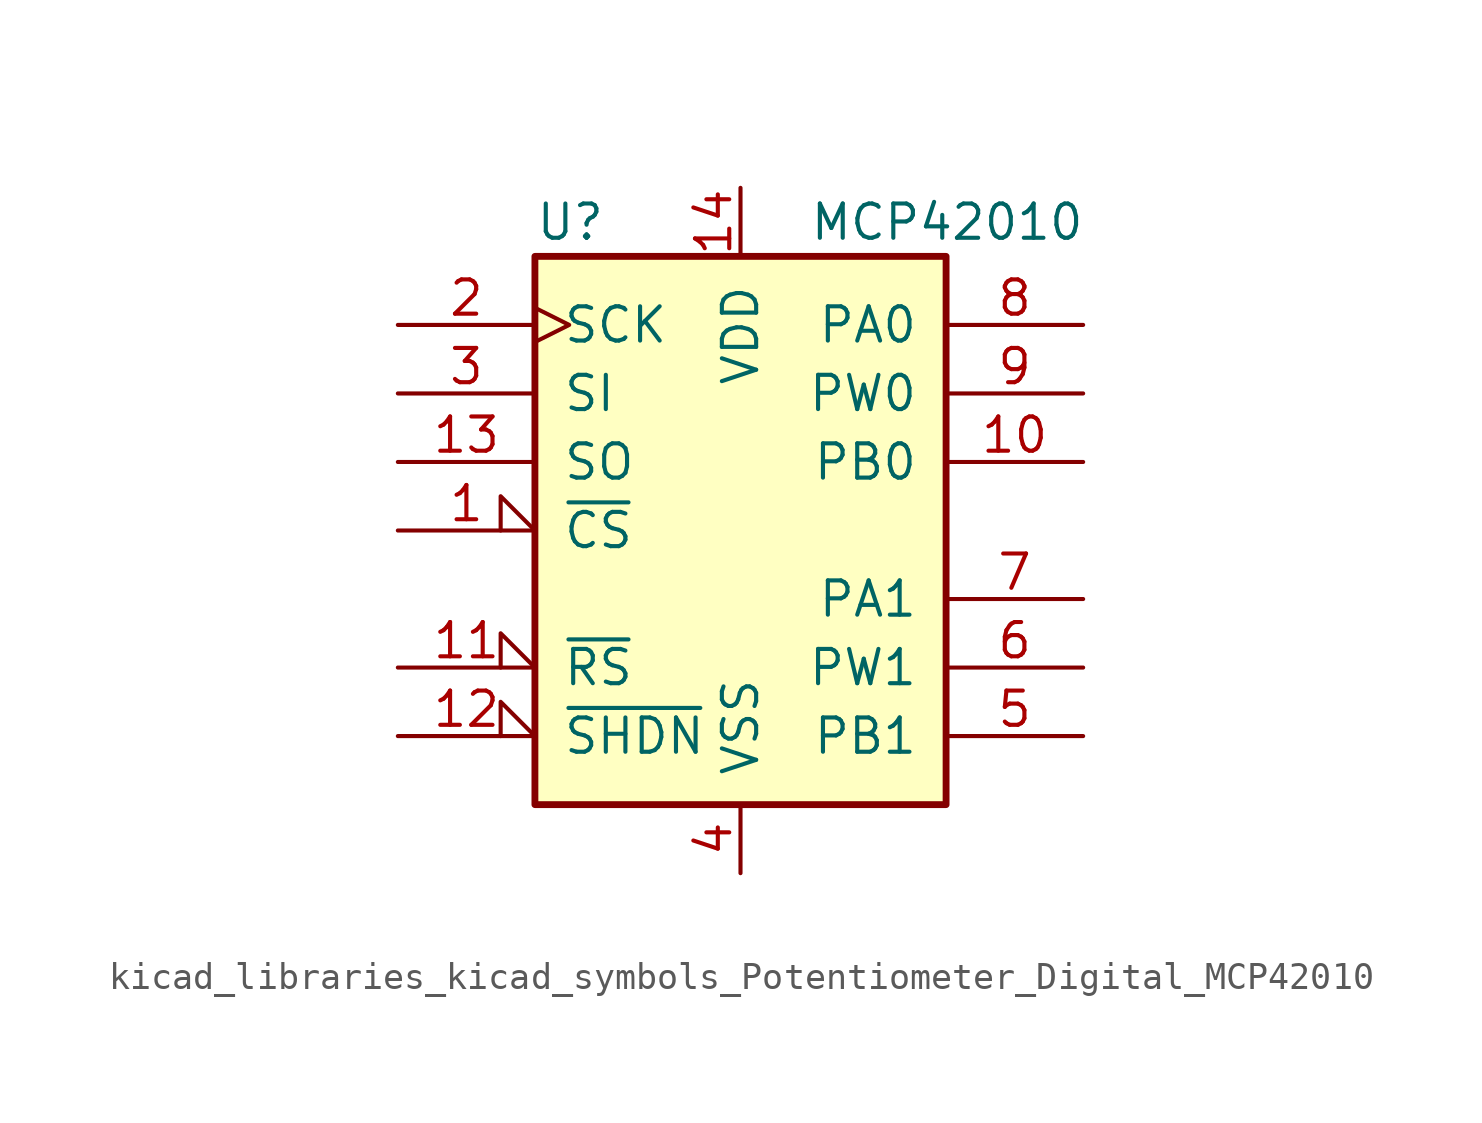
<source format=kicad_sym>
(kicad_symbol_lib
  (version 20220914)
  (generator kicad_symbol_editor)
  (symbol "kicad_libraries_kicad_symbols_Potentiometer_Digital_MCP42010"
    (pin_names
      (offset 1.016))
    (property "Reference" "U"
      (at -7.62 11.43 0)
      (effects (font (size 1.27 1.27)) (justify left)))
    (property "Value" "MCP42010"
      (at 2.54 11.43 0)
      (effects (font (size 1.27 1.27)) (justify left)))
    (symbol "kicad_libraries_kicad_symbols_Potentiometer_Digital_MCP42010_0_1"
      (rectangle (start -7.62 10.16) (end 7.62 -10.16) (stroke (width 0.254) (type default)) (fill (type background))))
    (symbol "kicad_libraries_kicad_symbols_Potentiometer_Digital_MCP42010_1_1"
      (pin input input_low (at -12.7 0 0) (length 5.08) (name "~{CS}" (effects (font (size 1.27 1.27)))) (number "1" (effects (font (size 1.27 1.27)))))
      (pin passive line (at 12.7 2.54 180) (length 5.08) (name "PB0" (effects (font (size 1.27 1.27)))) (number "10" (effects (font (size 1.27 1.27)))))
      (pin input input_low (at -12.7 -5.08 0) (length 5.08) (name "~{RS}" (effects (font (size 1.27 1.27)))) (number "11" (effects (font (size 1.27 1.27)))))
      (pin input input_low (at -12.7 -7.62 0) (length 5.08) (name "~{SHDN}" (effects (font (size 1.27 1.27)))) (number "12" (effects (font (size 1.27 1.27)))))
      (pin output line (at -12.7 2.54 0) (length 5.08) (name "SO" (effects (font (size 1.27 1.27)))) (number "13" (effects (font (size 1.27 1.27)))))
      (pin power_in line (at 0 12.7 270) (length 2.54) (name "VDD" (effects (font (size 1.27 1.27)))) (number "14" (effects (font (size 1.27 1.27)))))
      (pin input clock (at -12.7 7.62 0) (length 5.08) (name "SCK" (effects (font (size 1.27 1.27)))) (number "2" (effects (font (size 1.27 1.27)))))
      (pin input line (at -12.7 5.08 0) (length 5.08) (name "SI" (effects (font (size 1.27 1.27)))) (number "3" (effects (font (size 1.27 1.27)))))
      (pin power_in line (at 0 -12.7 90) (length 2.54) (name "VSS" (effects (font (size 1.27 1.27)))) (number "4" (effects (font (size 1.27 1.27)))))
      (pin passive line (at 12.7 -7.62 180) (length 5.08) (name "PB1" (effects (font (size 1.27 1.27)))) (number "5" (effects (font (size 1.27 1.27)))))
      (pin passive line (at 12.7 -5.08 180) (length 5.08) (name "PW1" (effects (font (size 1.27 1.27)))) (number "6" (effects (font (size 1.27 1.27)))))
      (pin passive line (at 12.7 -2.54 180) (length 5.08) (name "PA1" (effects (font (size 1.27 1.27)))) (number "7" (effects (font (size 1.27 1.27)))))
      (pin passive line (at 12.7 7.62 180) (length 5.08) (name "PA0" (effects (font (size 1.27 1.27)))) (number "8" (effects (font (size 1.27 1.27)))))
      (pin passive line (at 12.7 5.08 180) (length 5.08) (name "PW0" (effects (font (size 1.27 1.27)))) (number "9" (effects (font (size 1.27 1.27))))))))
</source>
